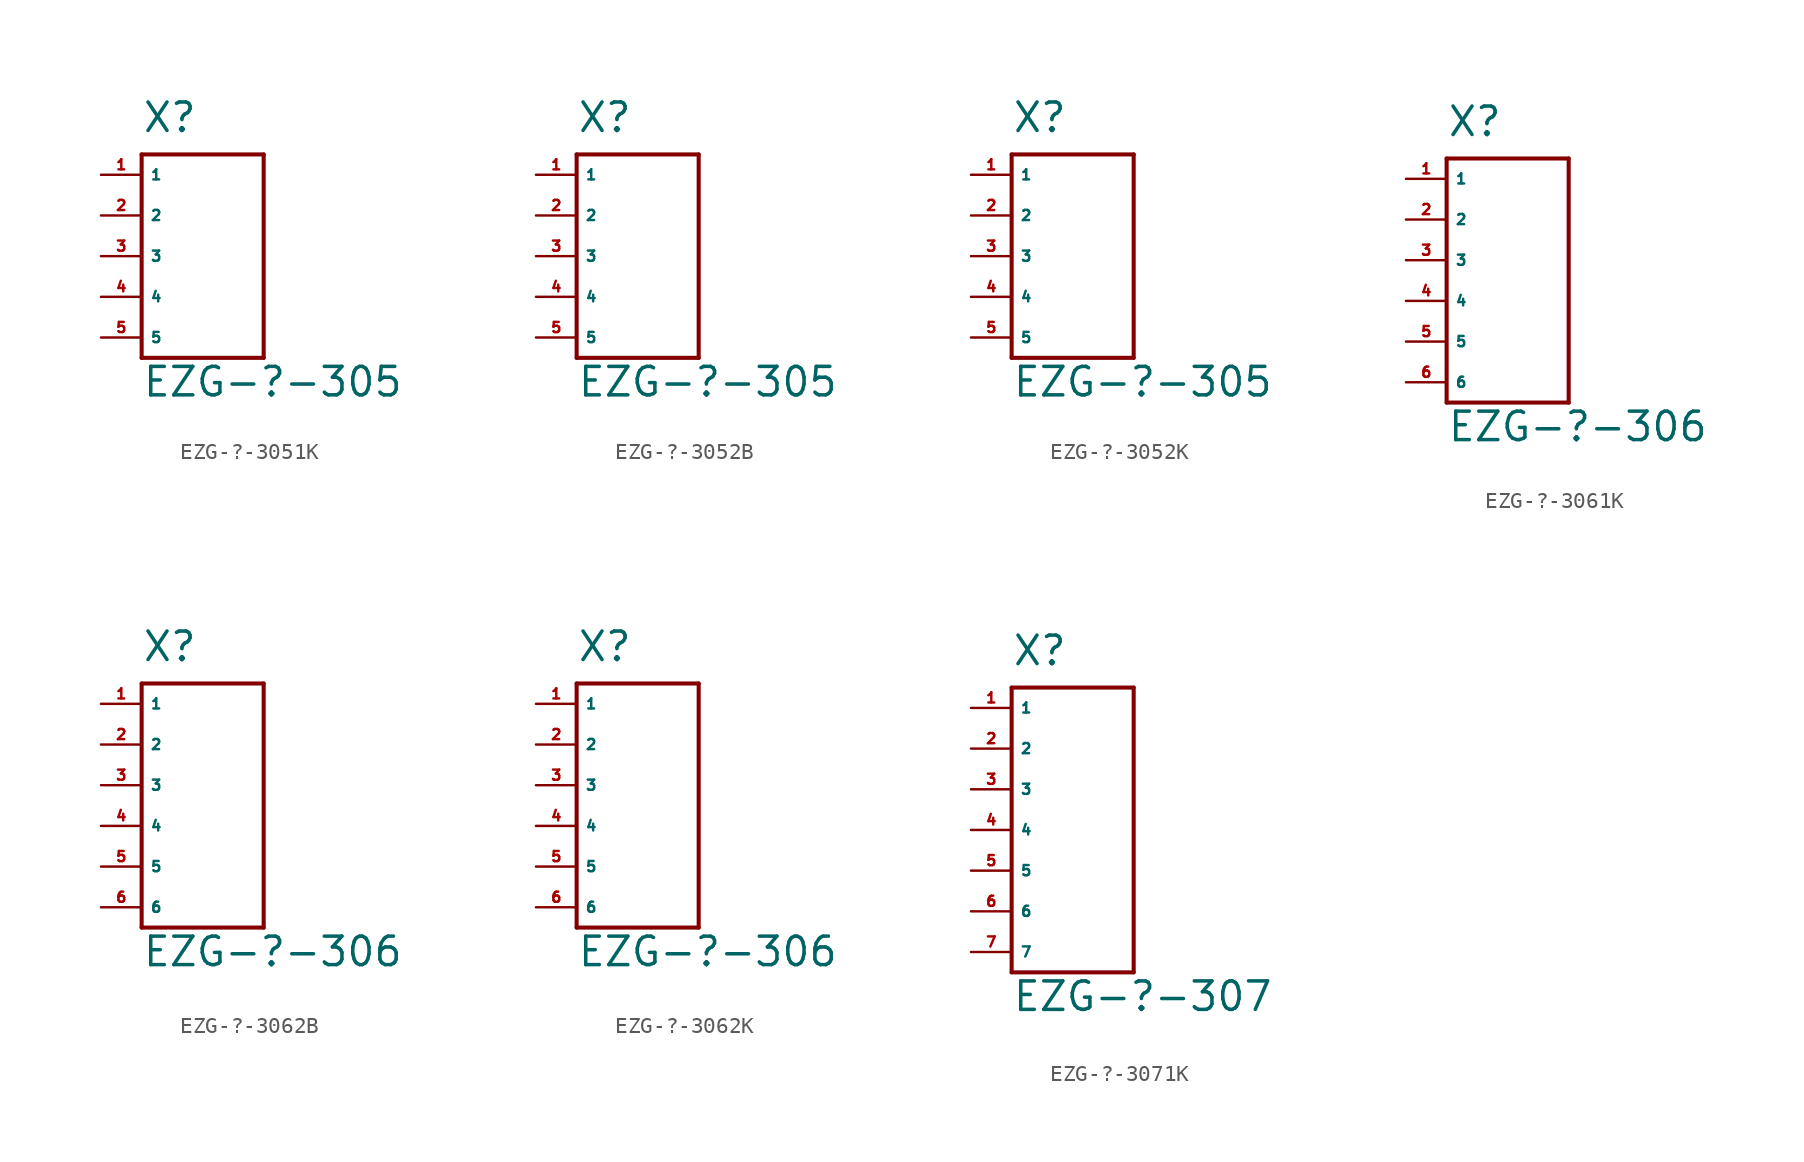
<source format=kicad_sym>
(kicad_symbol_lib
  (version 20220914)
  (generator Eagle2Kicad)
  (symbol "EZG-?-3051K"
    (property "Reference" "X"
      (at -2.54 2.54 0)
      (effects (font (size 1.778 1.778) (thickness 0.22)) (justify left bottom)))
    (property "Value" "EZG-?-305"
      (at -2.54 -13.97 0)
      (effects (font (size 1.778 1.778) (thickness 0.22)) (justify left bottom)))
    (polyline
      (pts (xy -2.54 1.27) (xy -2.54 -11.43))
      (stroke (width 0.254) (type default))
      (fill (type none)))
    (polyline
      (pts (xy -2.54 -11.43) (xy 5.08 -11.43))
      (stroke (width 0.254) (type default))
      (fill (type none)))
    (polyline
      (pts (xy 5.08 -11.43) (xy 5.08 1.27))
      (stroke (width 0.254) (type default))
      (fill (type none)))
    (polyline
      (pts (xy 5.08 1.27) (xy -2.54 1.27))
      (stroke (width 0.254) (type default))
      (fill (type none)))
    (pin passive line
      (at -5.08 0 0)
      (length 2.54)
      (name "1" (effects (font (size 0.635 0.635) (thickness 0.08)) (justify left bottom)))
      (number "1" (effects (font (size 0.635 0.635) (thickness 0.08)) (justify left bottom))))
    (pin passive line
      (at -5.08 -2.54 0)
      (length 2.54)
      (name "2" (effects (font (size 0.635 0.635) (thickness 0.08)) (justify left bottom)))
      (number "2" (effects (font (size 0.635 0.635) (thickness 0.08)) (justify left bottom))))
    (pin passive line
      (at -5.08 -5.08 0)
      (length 2.54)
      (name "3" (effects (font (size 0.635 0.635) (thickness 0.08)) (justify left bottom)))
      (number "3" (effects (font (size 0.635 0.635) (thickness 0.08)) (justify left bottom))))
    (pin passive line
      (at -5.08 -7.62 0)
      (length 2.54)
      (name "4" (effects (font (size 0.635 0.635) (thickness 0.08)) (justify left bottom)))
      (number "4" (effects (font (size 0.635 0.635) (thickness 0.08)) (justify left bottom))))
    (pin passive line
      (at -5.08 -10.16 0)
      (length 2.54)
      (name "5" (effects (font (size 0.635 0.635) (thickness 0.08)) (justify left bottom)))
      (number "5" (effects (font (size 0.635 0.635) (thickness 0.08)) (justify left bottom)))))
  (symbol "EZG-?-3052B"
    (property "Reference" "X"
      (at -2.54 2.54 0)
      (effects (font (size 1.778 1.778) (thickness 0.22)) (justify left bottom)))
    (property "Value" "EZG-?-305"
      (at -2.54 -13.97 0)
      (effects (font (size 1.778 1.778) (thickness 0.22)) (justify left bottom)))
    (polyline
      (pts (xy -2.54 1.27) (xy -2.54 -11.43))
      (stroke (width 0.254) (type default))
      (fill (type none)))
    (polyline
      (pts (xy -2.54 -11.43) (xy 5.08 -11.43))
      (stroke (width 0.254) (type default))
      (fill (type none)))
    (polyline
      (pts (xy 5.08 -11.43) (xy 5.08 1.27))
      (stroke (width 0.254) (type default))
      (fill (type none)))
    (polyline
      (pts (xy 5.08 1.27) (xy -2.54 1.27))
      (stroke (width 0.254) (type default))
      (fill (type none)))
    (pin passive line
      (at -5.08 0 0)
      (length 2.54)
      (name "1" (effects (font (size 0.635 0.635) (thickness 0.08)) (justify left bottom)))
      (number "1" (effects (font (size 0.635 0.635) (thickness 0.08)) (justify left bottom))))
    (pin passive line
      (at -5.08 -2.54 0)
      (length 2.54)
      (name "2" (effects (font (size 0.635 0.635) (thickness 0.08)) (justify left bottom)))
      (number "2" (effects (font (size 0.635 0.635) (thickness 0.08)) (justify left bottom))))
    (pin passive line
      (at -5.08 -5.08 0)
      (length 2.54)
      (name "3" (effects (font (size 0.635 0.635) (thickness 0.08)) (justify left bottom)))
      (number "3" (effects (font (size 0.635 0.635) (thickness 0.08)) (justify left bottom))))
    (pin passive line
      (at -5.08 -7.62 0)
      (length 2.54)
      (name "4" (effects (font (size 0.635 0.635) (thickness 0.08)) (justify left bottom)))
      (number "4" (effects (font (size 0.635 0.635) (thickness 0.08)) (justify left bottom))))
    (pin passive line
      (at -5.08 -10.16 0)
      (length 2.54)
      (name "5" (effects (font (size 0.635 0.635) (thickness 0.08)) (justify left bottom)))
      (number "5" (effects (font (size 0.635 0.635) (thickness 0.08)) (justify left bottom)))))
  (symbol "EZG-?-3052K"
    (property "Reference" "X"
      (at -2.54 2.54 0)
      (effects (font (size 1.778 1.778) (thickness 0.22)) (justify left bottom)))
    (property "Value" "EZG-?-305"
      (at -2.54 -13.97 0)
      (effects (font (size 1.778 1.778) (thickness 0.22)) (justify left bottom)))
    (polyline
      (pts (xy -2.54 1.27) (xy -2.54 -11.43))
      (stroke (width 0.254) (type default))
      (fill (type none)))
    (polyline
      (pts (xy -2.54 -11.43) (xy 5.08 -11.43))
      (stroke (width 0.254) (type default))
      (fill (type none)))
    (polyline
      (pts (xy 5.08 -11.43) (xy 5.08 1.27))
      (stroke (width 0.254) (type default))
      (fill (type none)))
    (polyline
      (pts (xy 5.08 1.27) (xy -2.54 1.27))
      (stroke (width 0.254) (type default))
      (fill (type none)))
    (pin passive line
      (at -5.08 0 0)
      (length 2.54)
      (name "1" (effects (font (size 0.635 0.635) (thickness 0.08)) (justify left bottom)))
      (number "1" (effects (font (size 0.635 0.635) (thickness 0.08)) (justify left bottom))))
    (pin passive line
      (at -5.08 -2.54 0)
      (length 2.54)
      (name "2" (effects (font (size 0.635 0.635) (thickness 0.08)) (justify left bottom)))
      (number "2" (effects (font (size 0.635 0.635) (thickness 0.08)) (justify left bottom))))
    (pin passive line
      (at -5.08 -5.08 0)
      (length 2.54)
      (name "3" (effects (font (size 0.635 0.635) (thickness 0.08)) (justify left bottom)))
      (number "3" (effects (font (size 0.635 0.635) (thickness 0.08)) (justify left bottom))))
    (pin passive line
      (at -5.08 -7.62 0)
      (length 2.54)
      (name "4" (effects (font (size 0.635 0.635) (thickness 0.08)) (justify left bottom)))
      (number "4" (effects (font (size 0.635 0.635) (thickness 0.08)) (justify left bottom))))
    (pin passive line
      (at -5.08 -10.16 0)
      (length 2.54)
      (name "5" (effects (font (size 0.635 0.635) (thickness 0.08)) (justify left bottom)))
      (number "5" (effects (font (size 0.635 0.635) (thickness 0.08)) (justify left bottom)))))
  (symbol "EZG-?-3061K"
    (property "Reference" "X"
      (at -2.54 2.54 0)
      (effects (font (size 1.778 1.778) (thickness 0.22)) (justify left bottom)))
    (property "Value" "EZG-?-306"
      (at -2.54 -16.51 0)
      (effects (font (size 1.778 1.778) (thickness 0.22)) (justify left bottom)))
    (polyline
      (pts (xy -2.54 1.27) (xy -2.54 -13.97))
      (stroke (width 0.254) (type default))
      (fill (type none)))
    (polyline
      (pts (xy -2.54 -13.97) (xy 5.08 -13.97))
      (stroke (width 0.254) (type default))
      (fill (type none)))
    (polyline
      (pts (xy 5.08 -13.97) (xy 5.08 1.27))
      (stroke (width 0.254) (type default))
      (fill (type none)))
    (polyline
      (pts (xy 5.08 1.27) (xy -2.54 1.27))
      (stroke (width 0.254) (type default))
      (fill (type none)))
    (pin passive line
      (at -5.08 0 0)
      (length 2.54)
      (name "1" (effects (font (size 0.635 0.635) (thickness 0.08)) (justify left bottom)))
      (number "1" (effects (font (size 0.635 0.635) (thickness 0.08)) (justify left bottom))))
    (pin passive line
      (at -5.08 -2.54 0)
      (length 2.54)
      (name "2" (effects (font (size 0.635 0.635) (thickness 0.08)) (justify left bottom)))
      (number "2" (effects (font (size 0.635 0.635) (thickness 0.08)) (justify left bottom))))
    (pin passive line
      (at -5.08 -5.08 0)
      (length 2.54)
      (name "3" (effects (font (size 0.635 0.635) (thickness 0.08)) (justify left bottom)))
      (number "3" (effects (font (size 0.635 0.635) (thickness 0.08)) (justify left bottom))))
    (pin passive line
      (at -5.08 -7.62 0)
      (length 2.54)
      (name "4" (effects (font (size 0.635 0.635) (thickness 0.08)) (justify left bottom)))
      (number "4" (effects (font (size 0.635 0.635) (thickness 0.08)) (justify left bottom))))
    (pin passive line
      (at -5.08 -10.16 0)
      (length 2.54)
      (name "5" (effects (font (size 0.635 0.635) (thickness 0.08)) (justify left bottom)))
      (number "5" (effects (font (size 0.635 0.635) (thickness 0.08)) (justify left bottom))))
    (pin passive line
      (at -5.08 -12.7 0)
      (length 2.54)
      (name "6" (effects (font (size 0.635 0.635) (thickness 0.08)) (justify left bottom)))
      (number "6" (effects (font (size 0.635 0.635) (thickness 0.08)) (justify left bottom)))))
  (symbol "EZG-?-3062B"
    (property "Reference" "X"
      (at -2.54 2.54 0)
      (effects (font (size 1.778 1.778) (thickness 0.22)) (justify left bottom)))
    (property "Value" "EZG-?-306"
      (at -2.54 -16.51 0)
      (effects (font (size 1.778 1.778) (thickness 0.22)) (justify left bottom)))
    (polyline
      (pts (xy -2.54 1.27) (xy -2.54 -13.97))
      (stroke (width 0.254) (type default))
      (fill (type none)))
    (polyline
      (pts (xy -2.54 -13.97) (xy 5.08 -13.97))
      (stroke (width 0.254) (type default))
      (fill (type none)))
    (polyline
      (pts (xy 5.08 -13.97) (xy 5.08 1.27))
      (stroke (width 0.254) (type default))
      (fill (type none)))
    (polyline
      (pts (xy 5.08 1.27) (xy -2.54 1.27))
      (stroke (width 0.254) (type default))
      (fill (type none)))
    (pin passive line
      (at -5.08 0 0)
      (length 2.54)
      (name "1" (effects (font (size 0.635 0.635) (thickness 0.08)) (justify left bottom)))
      (number "1" (effects (font (size 0.635 0.635) (thickness 0.08)) (justify left bottom))))
    (pin passive line
      (at -5.08 -2.54 0)
      (length 2.54)
      (name "2" (effects (font (size 0.635 0.635) (thickness 0.08)) (justify left bottom)))
      (number "2" (effects (font (size 0.635 0.635) (thickness 0.08)) (justify left bottom))))
    (pin passive line
      (at -5.08 -5.08 0)
      (length 2.54)
      (name "3" (effects (font (size 0.635 0.635) (thickness 0.08)) (justify left bottom)))
      (number "3" (effects (font (size 0.635 0.635) (thickness 0.08)) (justify left bottom))))
    (pin passive line
      (at -5.08 -7.62 0)
      (length 2.54)
      (name "4" (effects (font (size 0.635 0.635) (thickness 0.08)) (justify left bottom)))
      (number "4" (effects (font (size 0.635 0.635) (thickness 0.08)) (justify left bottom))))
    (pin passive line
      (at -5.08 -10.16 0)
      (length 2.54)
      (name "5" (effects (font (size 0.635 0.635) (thickness 0.08)) (justify left bottom)))
      (number "5" (effects (font (size 0.635 0.635) (thickness 0.08)) (justify left bottom))))
    (pin passive line
      (at -5.08 -12.7 0)
      (length 2.54)
      (name "6" (effects (font (size 0.635 0.635) (thickness 0.08)) (justify left bottom)))
      (number "6" (effects (font (size 0.635 0.635) (thickness 0.08)) (justify left bottom)))))
  (symbol "EZG-?-3062K"
    (property "Reference" "X"
      (at -2.54 2.54 0)
      (effects (font (size 1.778 1.778) (thickness 0.22)) (justify left bottom)))
    (property "Value" "EZG-?-306"
      (at -2.54 -16.51 0)
      (effects (font (size 1.778 1.778) (thickness 0.22)) (justify left bottom)))
    (polyline
      (pts (xy -2.54 1.27) (xy -2.54 -13.97))
      (stroke (width 0.254) (type default))
      (fill (type none)))
    (polyline
      (pts (xy -2.54 -13.97) (xy 5.08 -13.97))
      (stroke (width 0.254) (type default))
      (fill (type none)))
    (polyline
      (pts (xy 5.08 -13.97) (xy 5.08 1.27))
      (stroke (width 0.254) (type default))
      (fill (type none)))
    (polyline
      (pts (xy 5.08 1.27) (xy -2.54 1.27))
      (stroke (width 0.254) (type default))
      (fill (type none)))
    (pin passive line
      (at -5.08 0 0)
      (length 2.54)
      (name "1" (effects (font (size 0.635 0.635) (thickness 0.08)) (justify left bottom)))
      (number "1" (effects (font (size 0.635 0.635) (thickness 0.08)) (justify left bottom))))
    (pin passive line
      (at -5.08 -2.54 0)
      (length 2.54)
      (name "2" (effects (font (size 0.635 0.635) (thickness 0.08)) (justify left bottom)))
      (number "2" (effects (font (size 0.635 0.635) (thickness 0.08)) (justify left bottom))))
    (pin passive line
      (at -5.08 -5.08 0)
      (length 2.54)
      (name "3" (effects (font (size 0.635 0.635) (thickness 0.08)) (justify left bottom)))
      (number "3" (effects (font (size 0.635 0.635) (thickness 0.08)) (justify left bottom))))
    (pin passive line
      (at -5.08 -7.62 0)
      (length 2.54)
      (name "4" (effects (font (size 0.635 0.635) (thickness 0.08)) (justify left bottom)))
      (number "4" (effects (font (size 0.635 0.635) (thickness 0.08)) (justify left bottom))))
    (pin passive line
      (at -5.08 -10.16 0)
      (length 2.54)
      (name "5" (effects (font (size 0.635 0.635) (thickness 0.08)) (justify left bottom)))
      (number "5" (effects (font (size 0.635 0.635) (thickness 0.08)) (justify left bottom))))
    (pin passive line
      (at -5.08 -12.7 0)
      (length 2.54)
      (name "6" (effects (font (size 0.635 0.635) (thickness 0.08)) (justify left bottom)))
      (number "6" (effects (font (size 0.635 0.635) (thickness 0.08)) (justify left bottom)))))
  (symbol "EZG-?-3071K"
    (property "Reference" "X"
      (at -2.54 2.54 0)
      (effects (font (size 1.778 1.778) (thickness 0.22)) (justify left bottom)))
    (property "Value" "EZG-?-307"
      (at -2.54 -19.05 0)
      (effects (font (size 1.778 1.778) (thickness 0.22)) (justify left bottom)))
    (polyline
      (pts (xy -2.54 1.27) (xy -2.54 -16.51))
      (stroke (width 0.254) (type default))
      (fill (type none)))
    (polyline
      (pts (xy -2.54 -16.51) (xy 5.08 -16.51))
      (stroke (width 0.254) (type default))
      (fill (type none)))
    (polyline
      (pts (xy 5.08 -16.51) (xy 5.08 1.27))
      (stroke (width 0.254) (type default))
      (fill (type none)))
    (polyline
      (pts (xy 5.08 1.27) (xy -2.54 1.27))
      (stroke (width 0.254) (type default))
      (fill (type none)))
    (pin passive line
      (at -5.08 0 0)
      (length 2.54)
      (name "1" (effects (font (size 0.635 0.635) (thickness 0.08)) (justify left bottom)))
      (number "1" (effects (font (size 0.635 0.635) (thickness 0.08)) (justify left bottom))))
    (pin passive line
      (at -5.08 -2.54 0)
      (length 2.54)
      (name "2" (effects (font (size 0.635 0.635) (thickness 0.08)) (justify left bottom)))
      (number "2" (effects (font (size 0.635 0.635) (thickness 0.08)) (justify left bottom))))
    (pin passive line
      (at -5.08 -5.08 0)
      (length 2.54)
      (name "3" (effects (font (size 0.635 0.635) (thickness 0.08)) (justify left bottom)))
      (number "3" (effects (font (size 0.635 0.635) (thickness 0.08)) (justify left bottom))))
    (pin passive line
      (at -5.08 -7.62 0)
      (length 2.54)
      (name "4" (effects (font (size 0.635 0.635) (thickness 0.08)) (justify left bottom)))
      (number "4" (effects (font (size 0.635 0.635) (thickness 0.08)) (justify left bottom))))
    (pin passive line
      (at -5.08 -10.16 0)
      (length 2.54)
      (name "5" (effects (font (size 0.635 0.635) (thickness 0.08)) (justify left bottom)))
      (number "5" (effects (font (size 0.635 0.635) (thickness 0.08)) (justify left bottom))))
    (pin passive line
      (at -5.08 -12.7 0)
      (length 2.54)
      (name "6" (effects (font (size 0.635 0.635) (thickness 0.08)) (justify left bottom)))
      (number "6" (effects (font (size 0.635 0.635) (thickness 0.08)) (justify left bottom))))
    (pin passive line
      (at -5.08 -15.24 0)
      (length 2.54)
      (name "7" (effects (font (size 0.635 0.635) (thickness 0.08)) (justify left bottom)))
      (number "7" (effects (font (size 0.635 0.635) (thickness 0.08)) (justify left bottom))))))
</source>
